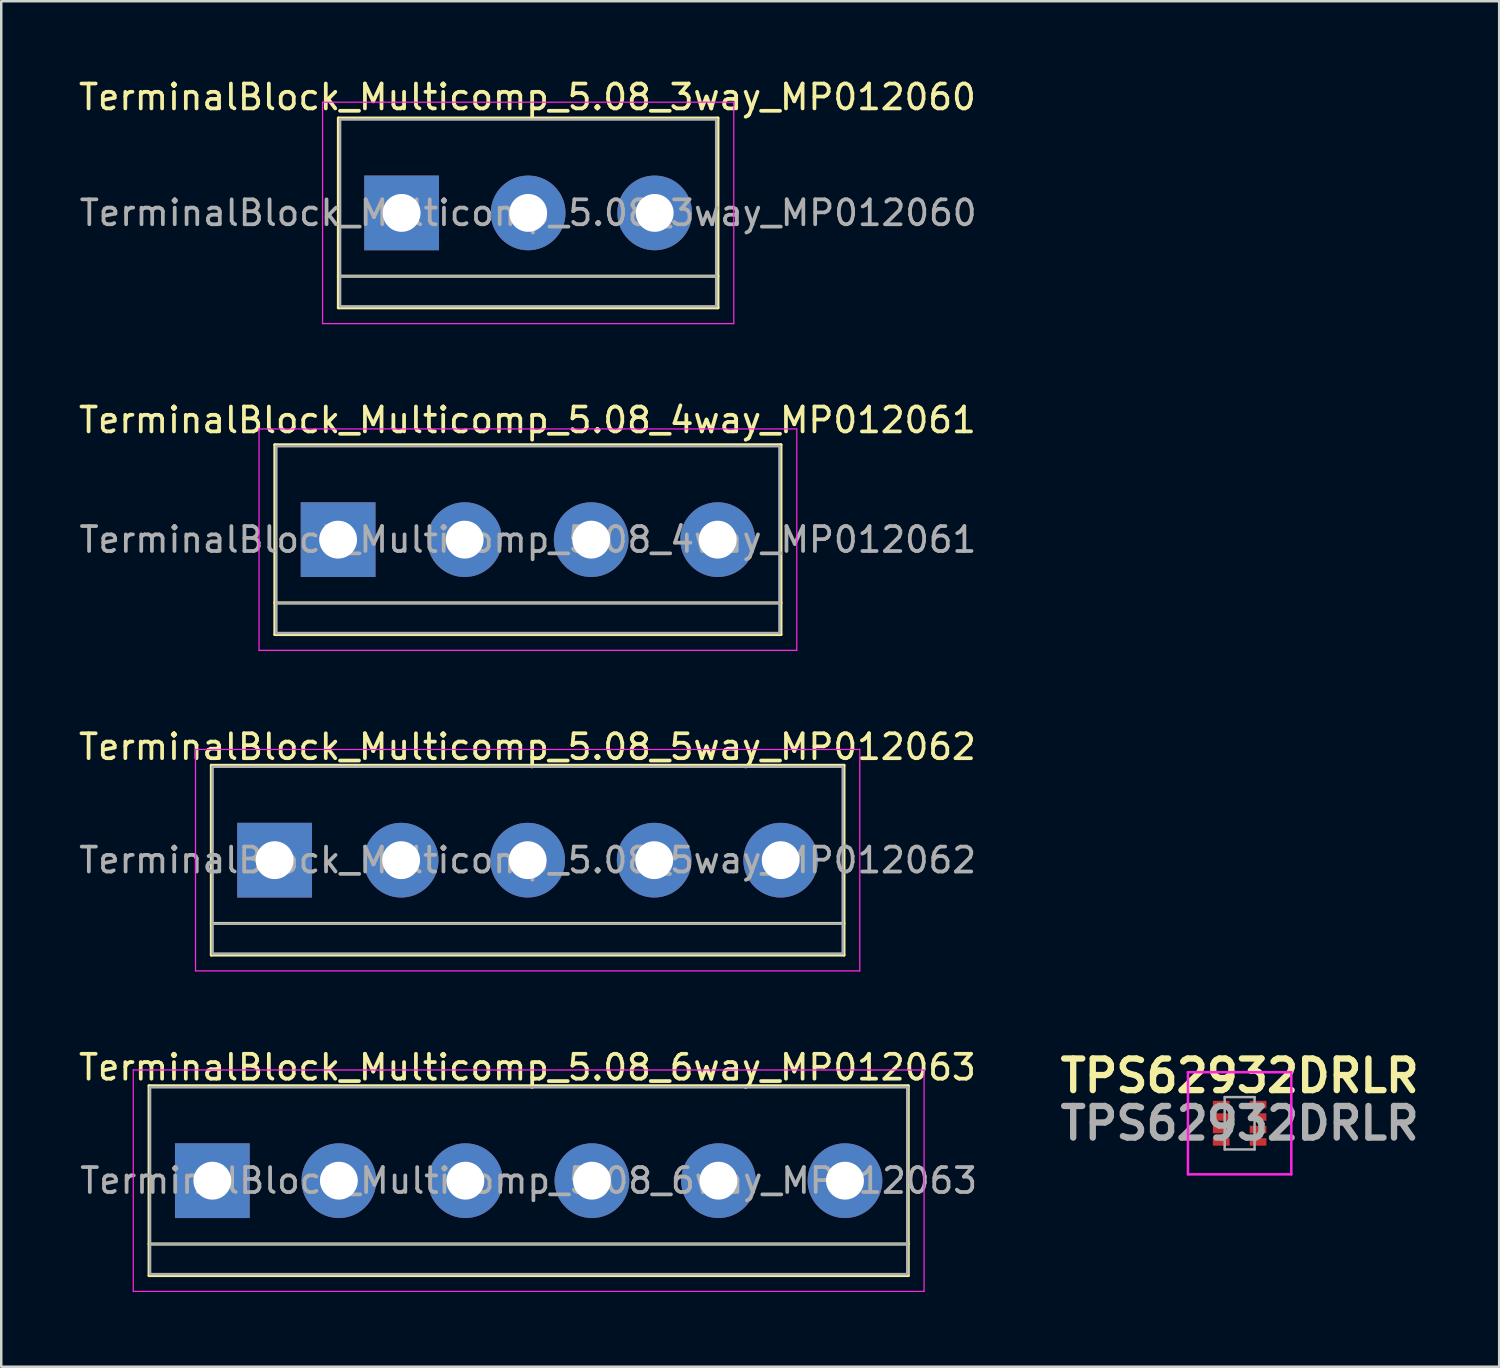
<source format=kicad_pcb>
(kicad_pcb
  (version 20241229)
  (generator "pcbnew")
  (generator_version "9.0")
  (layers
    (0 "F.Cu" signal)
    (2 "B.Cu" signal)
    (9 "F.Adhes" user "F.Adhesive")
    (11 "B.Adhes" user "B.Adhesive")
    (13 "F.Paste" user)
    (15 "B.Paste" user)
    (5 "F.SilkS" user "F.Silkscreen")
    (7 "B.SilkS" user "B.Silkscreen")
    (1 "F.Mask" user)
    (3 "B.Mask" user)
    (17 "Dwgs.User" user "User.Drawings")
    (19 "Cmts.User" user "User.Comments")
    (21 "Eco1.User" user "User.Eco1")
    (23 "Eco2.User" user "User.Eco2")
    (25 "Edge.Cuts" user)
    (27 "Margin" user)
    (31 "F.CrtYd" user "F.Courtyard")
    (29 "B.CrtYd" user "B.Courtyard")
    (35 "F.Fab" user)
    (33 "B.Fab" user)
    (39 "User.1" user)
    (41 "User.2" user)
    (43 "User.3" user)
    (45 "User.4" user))
  (footprint "TerminalBlock_Multicomp_5.08_4way_MP012061"
    (layer "F.Cu")
    (at 10.525 18.616)
    (property "Reference" "TerminalBlock_Multicomp_5.08_4way_MP012061" (at 7.6 -4.8 0) (layer "F.SilkS") (effects (font (size 1 1) (thickness 0.15))))
    (attr through_hole)
    (fp_line (start -2.54 -3.81) (end -2.54 3.81) (stroke (width 0.12) (type solid)) (layer "F.SilkS"))
    (fp_line (start -2.54 -3.81) (end 17.78 -3.81) (stroke (width 0.12) (type solid)) (layer "F.SilkS"))
    (fp_line (start -2.54 3.81) (end 17.78 3.81) (stroke (width 0.12) (type solid)) (layer "F.SilkS"))
    (fp_line (start 17.78 2.54) (end -2.54 2.54) (stroke (width 0.12) (type solid)) (layer "F.SilkS"))
    (fp_line (start 17.78 3.81) (end 17.78 -3.81) (stroke (width 0.12) (type solid)) (layer "F.SilkS"))
    (fp_line (start -3.175 -4.445) (end -3.175 4.445) (stroke (width 0.05) (type solid)) (layer "F.CrtYd"))
    (fp_line (start -3.175 -4.445) (end 18.415 -4.445) (stroke (width 0.05) (type solid)) (layer "F.CrtYd"))
    (fp_line (start 18.415 4.445) (end -3.175 4.445) (stroke (width 0.05) (type solid)) (layer "F.CrtYd"))
    (fp_line (start 18.415 4.445) (end 18.415 -4.445) (stroke (width 0.05) (type solid)) (layer "F.CrtYd"))
    (fp_line (start -2.48 -3.75) (end 17.72 -3.75) (stroke (width 0.1) (type solid)) (layer "F.Fab"))
    (fp_line (start -2.48 2.55) (end 17.72 2.55) (stroke (width 0.1) (type solid)) (layer "F.Fab"))
    (fp_line (start -2.48 3.75) (end -2.48 -3.75) (stroke (width 0.1) (type solid)) (layer "F.Fab"))
    (fp_line (start -2.43 3.75) (end -2.48 3.75) (stroke (width 0.1) (type solid)) (layer "F.Fab"))
    (fp_line (start 17.72 -3.75) (end 17.72 3.75) (stroke (width 0.1) (type solid)) (layer "F.Fab"))
    (fp_line (start 17.72 3.75) (end -2.43 3.75) (stroke (width 0.1) (type solid)) (layer "F.Fab"))
    (fp_text user "${REFERENCE}" (at 7.62 0 0) (layer "F.Fab") (effects (font (size 1 1) (thickness 0.15))))
    (pad "1" thru_hole rect (at 0 0) (size 3 3) (drill 1.52) (layers "*.Cu" "*.Mask"))
    (pad "2" thru_hole circle (at 5.08 0) (size 3 3) (drill 1.52) (layers "*.Cu" "*.Mask"))
    (pad "3" thru_hole circle (at 10.16 0) (size 3 3) (drill 1.52) (layers "*.Cu" "*.Mask"))
    (pad "4" thru_hole circle (at 15.24 0) (size 3 3) (drill 1.52) (layers "*.Cu" "*.Mask")))
  (footprint "TPS62932DRLR"
    (layer "F.Cu")
    (at 46.72 42.048)
    (property "Reference" "TPS62932DRLR" (at 0 -1.905 0) (layer "F.SilkS") (effects (font (size 1.27 1.27) (thickness 0.254))))
    (attr smd)
    (fp_line (start -1.6 -0.7) (end -1.6 -0.7) (stroke (width 0.1) (type solid)) (layer "F.SilkS"))
    (fp_line (start -1.6 -0.6) (end -1.6 -0.6) (stroke (width 0.1) (type solid)) (layer "F.SilkS"))
    (fp_arc (start -1.6 -0.7) (mid -1.55 -0.65) (end -1.6 -0.6) (stroke (width 0.1) (type solid)) (layer "F.SilkS"))
    (fp_arc (start -1.6 -0.6) (mid -1.65 -0.65) (end -1.6 -0.7) (stroke (width 0.1) (type solid)) (layer "F.SilkS"))
    (fp_line (start -2.075 -2.05) (end 2.075 -2.05) (stroke (width 0.1) (type solid)) (layer "F.CrtYd"))
    (fp_line (start -2.075 2.05) (end -2.075 -2.05) (stroke (width 0.1) (type solid)) (layer "F.CrtYd"))
    (fp_line (start 2.075 -2.05) (end 2.075 2.05) (stroke (width 0.1) (type solid)) (layer "F.CrtYd"))
    (fp_line (start 2.075 2.05) (end -2.075 2.05) (stroke (width 0.1) (type solid)) (layer "F.CrtYd"))
    (fp_line (start -0.6 -1.05) (end 0.6 -1.05) (stroke (width 0.1) (type solid)) (layer "F.Fab"))
    (fp_line (start -0.6 1.05) (end -0.6 -1.05) (stroke (width 0.1) (type solid)) (layer "F.Fab"))
    (fp_line (start 0.6 -1.05) (end 0.6 1.05) (stroke (width 0.1) (type solid)) (layer "F.Fab"))
    (fp_line (start 0.6 1.05) (end -0.6 1.05) (stroke (width 0.1) (type solid)) (layer "F.Fab"))
    (fp_text user "${REFERENCE}" (at 0 0 0) (layer "F.Fab") (effects (font (size 1.27 1.27) (thickness 0.254))))
    (pad "1" smd rect (at -0.74 -0.75 90) (size 0.3 0.67) (layers "F.Cu" "F.Mask" "F.Paste"))
    (pad "2" smd rect (at -0.74 -0.25 90) (size 0.3 0.67) (layers "F.Cu" "F.Mask" "F.Paste"))
    (pad "3" smd rect (at -0.74 0.25 90) (size 0.3 0.67) (layers "F.Cu" "F.Mask" "F.Paste"))
    (pad "4" smd rect (at -0.74 0.75 90) (size 0.3 0.67) (layers "F.Cu" "F.Mask" "F.Paste"))
    (pad "5" smd rect (at 0.74 0.75 90) (size 0.3 0.67) (layers "F.Cu" "F.Mask" "F.Paste"))
    (pad "6" smd rect (at 0.74 0.25 90) (size 0.3 0.67) (layers "F.Cu" "F.Mask" "F.Paste"))
    (pad "7" smd rect (at 0.74 -0.25 90) (size 0.3 0.67) (layers "F.Cu" "F.Mask" "F.Paste"))
    (pad "8" smd rect (at 0.74 -0.75 90) (size 0.3 0.67) (layers "F.Cu" "F.Mask" "F.Paste")))
  (footprint "TerminalBlock_Multicomp_5.08_5way_MP012062"
    (layer "F.Cu")
    (at 7.975 31.485)
    (property "Reference" "TerminalBlock_Multicomp_5.08_5way_MP012062" (at 10.15 -4.55 0) (layer "F.SilkS") (effects (font (size 1 1) (thickness 0.15))))
    (attr through_hole)
    (fp_line (start -2.54 -3.81) (end -2.54 3.81) (stroke (width 0.12) (type solid)) (layer "F.SilkS"))
    (fp_line (start -2.54 -3.81) (end 22.86 -3.81) (stroke (width 0.12) (type solid)) (layer "F.SilkS"))
    (fp_line (start -2.54 2.54) (end 22.86 2.54) (stroke (width 0.12) (type solid)) (layer "F.SilkS"))
    (fp_line (start -2.54 3.81) (end 22.86 3.81) (stroke (width 0.12) (type solid)) (layer "F.SilkS"))
    (fp_line (start 22.86 -3.81) (end 22.86 3.81) (stroke (width 0.12) (type solid)) (layer "F.SilkS"))
    (fp_line (start -3.175 -4.445) (end -3.175 4.445) (stroke (width 0.05) (type solid)) (layer "F.CrtYd"))
    (fp_line (start -3.175 -4.445) (end 23.495 -4.445) (stroke (width 0.05) (type solid)) (layer "F.CrtYd"))
    (fp_line (start 23.495 4.445) (end -3.175 4.445) (stroke (width 0.05) (type solid)) (layer "F.CrtYd"))
    (fp_line (start 23.495 4.445) (end 23.495 -4.445) (stroke (width 0.05) (type solid)) (layer "F.CrtYd"))
    (fp_line (start -2.49 -3.75) (end -2.49 3.75) (stroke (width 0.1) (type solid)) (layer "F.Fab"))
    (fp_line (start -2.49 2.55) (end 22.81 2.55) (stroke (width 0.1) (type solid)) (layer "F.Fab"))
    (fp_line (start -2.49 3.75) (end 22.81 3.75) (stroke (width 0.1) (type solid)) (layer "F.Fab"))
    (fp_line (start 22.81 -3.75) (end -2.49 -3.75) (stroke (width 0.1) (type solid)) (layer "F.Fab"))
    (fp_line (start 22.81 3.75) (end 22.81 -3.75) (stroke (width 0.1) (type solid)) (layer "F.Fab"))
    (fp_text user "${REFERENCE}" (at 10.16 0 0) (layer "F.Fab") (effects (font (size 1 1) (thickness 0.15))))
    (pad "1" thru_hole rect (at 0 0) (size 3 3) (drill 1.52) (layers "*.Cu" "*.Mask"))
    (pad "2" thru_hole circle (at 5.08 0) (size 3 3) (drill 1.52) (layers "*.Cu" "*.Mask"))
    (pad "3" thru_hole circle (at 10.16 0) (size 3 3) (drill 1.52) (layers "*.Cu" "*.Mask"))
    (pad "4" thru_hole circle (at 15.24 0) (size 3 3) (drill 1.52) (layers "*.Cu" "*.Mask"))
    (pad "5" thru_hole circle (at 20.32 0) (size 3 3) (drill 1.52) (layers "*.Cu" "*.Mask")))
  (footprint "TerminalBlock_Multicomp_5.08_6way_MP012063"
    (layer "F.Cu")
    (at 5.475 44.353)
    (property "Reference" "TerminalBlock_Multicomp_5.08_6way_MP012063" (at 12.65 -4.55 0) (layer "F.SilkS") (effects (font (size 1 1) (thickness 0.15))))
    (attr through_hole)
    (fp_line (start -2.54 -3.81) (end -2.54 3.81) (stroke (width 0.12) (type solid)) (layer "F.SilkS"))
    (fp_line (start -2.54 -3.81) (end 27.94 -3.81) (stroke (width 0.12) (type solid)) (layer "F.SilkS"))
    (fp_line (start -2.54 2.54) (end 27.94 2.54) (stroke (width 0.12) (type solid)) (layer "F.SilkS"))
    (fp_line (start -2.54 3.81) (end 27.94 3.81) (stroke (width 0.12) (type solid)) (layer "F.SilkS"))
    (fp_line (start 27.94 3.81) (end 27.94 -3.81) (stroke (width 0.12) (type solid)) (layer "F.SilkS"))
    (fp_line (start -3.175 -4.445) (end -3.175 4.445) (stroke (width 0.05) (type solid)) (layer "F.CrtYd"))
    (fp_line (start -3.175 -4.445) (end 28.575 -4.445) (stroke (width 0.05) (type solid)) (layer "F.CrtYd"))
    (fp_line (start 28.575 4.445) (end -3.175 4.445) (stroke (width 0.05) (type solid)) (layer "F.CrtYd"))
    (fp_line (start 28.575 4.445) (end 28.575 -4.445) (stroke (width 0.05) (type solid)) (layer "F.CrtYd"))
    (fp_line (start -2.5 -3.75) (end -2.5 3.75) (stroke (width 0.1) (type solid)) (layer "F.Fab"))
    (fp_line (start -2.5 2.55) (end 27.9 2.55) (stroke (width 0.1) (type solid)) (layer "F.Fab"))
    (fp_line (start -2.5 3.75) (end 27.9 3.75) (stroke (width 0.1) (type solid)) (layer "F.Fab"))
    (fp_line (start 27.9 -3.75) (end -2.5 -3.75) (stroke (width 0.1) (type solid)) (layer "F.Fab"))
    (fp_line (start 27.9 3.75) (end 27.9 -3.75) (stroke (width 0.1) (type solid)) (layer "F.Fab"))
    (fp_text user "${REFERENCE}" (at 12.7 0 0) (layer "F.Fab") (effects (font (size 1 1) (thickness 0.15))))
    (pad "1" thru_hole rect (at 0 0) (size 3 3) (drill 1.52) (layers "*.Cu" "*.Mask"))
    (pad "2" thru_hole circle (at 5.08 0) (size 3 3) (drill 1.52) (layers "*.Cu" "*.Mask"))
    (pad "3" thru_hole circle (at 10.16 0) (size 3 3) (drill 1.52) (layers "*.Cu" "*.Mask"))
    (pad "4" thru_hole circle (at 15.24 0) (size 3 3) (drill 1.52) (layers "*.Cu" "*.Mask"))
    (pad "5" thru_hole circle (at 20.32 0) (size 3 3) (drill 1.52) (layers "*.Cu" "*.Mask"))
    (pad "6" thru_hole circle (at 25.4 0) (size 3 3) (drill 1.52) (layers "*.Cu" "*.Mask")))
  (footprint "TerminalBlock_Multicomp_5.08_3way_MP012060"
    (layer "F.Cu")
    (at 13.075 5.498)
    (property "Reference" "TerminalBlock_Multicomp_5.08_3way_MP012060" (at 5.05 -4.65 0) (layer "F.SilkS") (effects (font (size 1 1) (thickness 0.15))))
    (attr through_hole)
    (fp_line (start -2.54 -3.81) (end 12.7 -3.81) (stroke (width 0.12) (type solid)) (layer "F.SilkS"))
    (fp_line (start -2.54 2.54) (end 12.7 2.54) (stroke (width 0.12) (type solid)) (layer "F.SilkS"))
    (fp_line (start -2.54 3.81) (end -2.54 -3.81) (stroke (width 0.12) (type solid)) (layer "F.SilkS"))
    (fp_line (start -2.54 3.81) (end 12.7 3.81) (stroke (width 0.12) (type solid)) (layer "F.SilkS"))
    (fp_line (start 12.7 3.81) (end 12.7 -3.81) (stroke (width 0.12) (type solid)) (layer "F.SilkS"))
    (fp_line (start -3.175 -4.445) (end -3.175 4.445) (stroke (width 0.05) (type solid)) (layer "F.CrtYd"))
    (fp_line (start -3.175 -4.445) (end 13.335 -4.445) (stroke (width 0.05) (type solid)) (layer "F.CrtYd"))
    (fp_line (start 13.335 4.445) (end -3.175 4.445) (stroke (width 0.05) (type solid)) (layer "F.CrtYd"))
    (fp_line (start 13.335 4.445) (end 13.335 -4.445) (stroke (width 0.05) (type solid)) (layer "F.CrtYd"))
    (fp_line (start -2.47 -3.75) (end 12.63 -3.75) (stroke (width 0.1) (type solid)) (layer "F.Fab"))
    (fp_line (start -2.47 2.55) (end 12.63 2.55) (stroke (width 0.1) (type solid)) (layer "F.Fab"))
    (fp_line (start -2.47 3.75) (end -2.47 -3.75) (stroke (width 0.1) (type solid)) (layer "F.Fab"))
    (fp_line (start 12.63 -3.75) (end 12.63 3.75) (stroke (width 0.1) (type solid)) (layer "F.Fab"))
    (fp_line (start 12.63 3.75) (end -2.47 3.75) (stroke (width 0.1) (type solid)) (layer "F.Fab"))
    (fp_text user "${REFERENCE}" (at 5.08 0 0) (layer "F.Fab") (effects (font (size 1 1) (thickness 0.15))))
    (pad "1" thru_hole rect (at 0 0) (size 3 3) (drill 1.52) (layers "*.Cu" "*.Mask"))
    (pad "2" thru_hole circle (at 5.08 0) (size 3 3) (drill 1.52) (layers "*.Cu" "*.Mask"))
    (pad "3" thru_hole circle (at 10.16 0) (size 3 3) (drill 1.52) (layers "*.Cu" "*.Mask")))
  (gr_rect
    (start -3 -3)
    (end 57.141 51.823)
    (stroke (width 0.1) (type default))
    (fill no)
    (layer "Edge.Cuts")))
</source>
